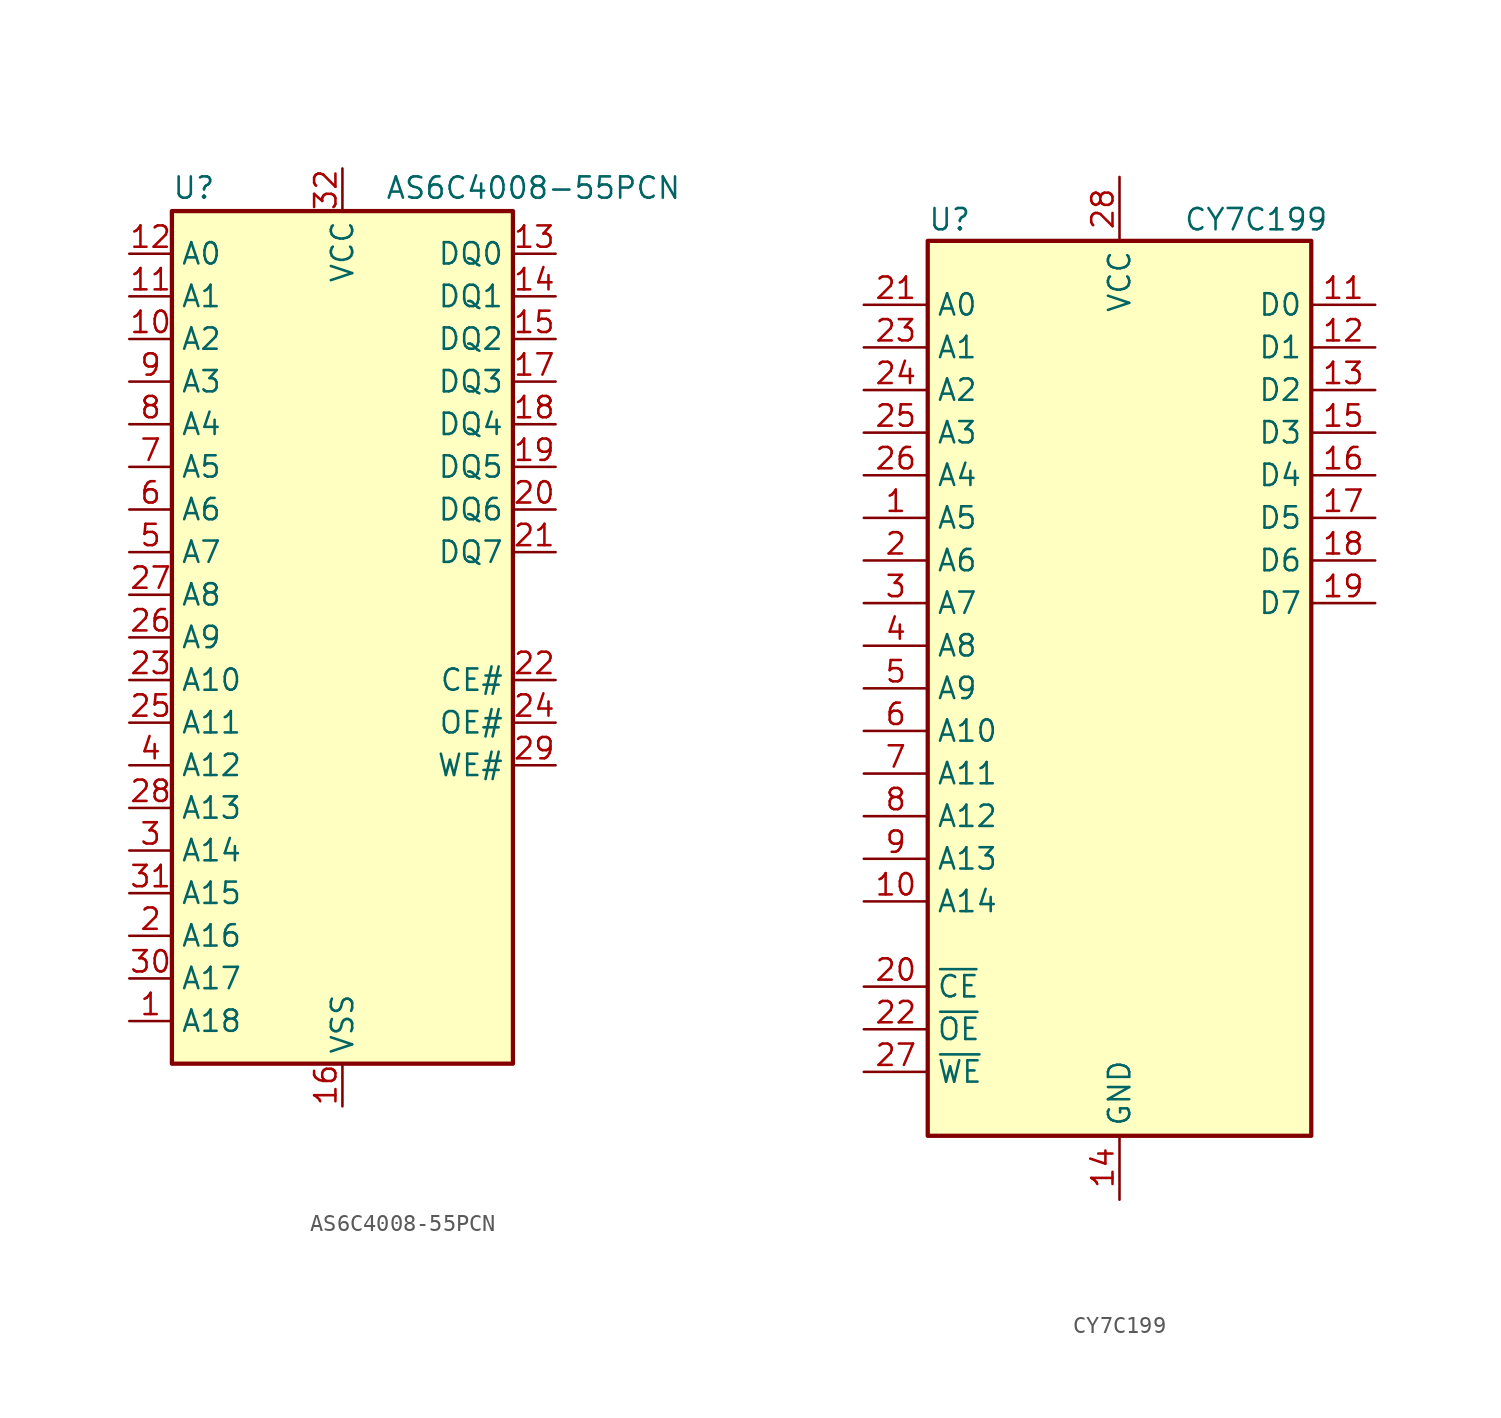
<source format=kicad_sym>
(kicad_symbol_lib
  (version 20211014)
  (generator kicad_symbol_editor)
  (symbol "AS6C4008-55PCN"
    (property "Reference" "U"
      (at -10.16 26.035 0)
      (effects (font (size 1.27 1.27)) (justify left bottom)))
    (property "Value" "AS6C4008-55PCN"
      (at 2.54 26.035 0)
      (effects (font (size 1.27 1.27)) (justify left bottom)))
    (symbol "AS6C4008-55PCN_0_0"
      (pin power_in line (at 0 -27.94 90) (length 2.54) (name "VSS" (effects (font (size 1.27 1.27)))) (number "16" (effects (font (size 1.27 1.27)))))
      (pin power_in line (at 0 27.94 270) (length 2.54) (name "VCC" (effects (font (size 1.27 1.27)))) (number "32" (effects (font (size 1.27 1.27))))))
    (symbol "AS6C4008-55PCN_0_1"
      (rectangle (start -10.16 25.4) (end 10.16 -25.4) (stroke (width 0.254) (type default) (color 0 0 0 0)) (fill (type background))))
    (symbol "AS6C4008-55PCN_1_1"
      (pin input line (at -12.7 -22.86 0) (length 2.54) (name "A18" (effects (font (size 1.27 1.27)))) (number "1" (effects (font (size 1.27 1.27)))))
      (pin input line (at -12.7 17.78 0) (length 2.54) (name "A2" (effects (font (size 1.27 1.27)))) (number "10" (effects (font (size 1.27 1.27)))))
      (pin input line (at -12.7 20.32 0) (length 2.54) (name "A1" (effects (font (size 1.27 1.27)))) (number "11" (effects (font (size 1.27 1.27)))))
      (pin input line (at -12.7 22.86 0) (length 2.54) (name "A0" (effects (font (size 1.27 1.27)))) (number "12" (effects (font (size 1.27 1.27)))))
      (pin tri_state line (at 12.7 22.86 180) (length 2.54) (name "DQ0" (effects (font (size 1.27 1.27)))) (number "13" (effects (font (size 1.27 1.27)))))
      (pin tri_state line (at 12.7 20.32 180) (length 2.54) (name "DQ1" (effects (font (size 1.27 1.27)))) (number "14" (effects (font (size 1.27 1.27)))))
      (pin tri_state line (at 12.7 17.78 180) (length 2.54) (name "DQ2" (effects (font (size 1.27 1.27)))) (number "15" (effects (font (size 1.27 1.27)))))
      (pin tri_state line (at 12.7 15.24 180) (length 2.54) (name "DQ3" (effects (font (size 1.27 1.27)))) (number "17" (effects (font (size 1.27 1.27)))))
      (pin tri_state line (at 12.7 12.7 180) (length 2.54) (name "DQ4" (effects (font (size 1.27 1.27)))) (number "18" (effects (font (size 1.27 1.27)))))
      (pin tri_state line (at 12.7 10.16 180) (length 2.54) (name "DQ5" (effects (font (size 1.27 1.27)))) (number "19" (effects (font (size 1.27 1.27)))))
      (pin input line (at -12.7 -17.78 0) (length 2.54) (name "A16" (effects (font (size 1.27 1.27)))) (number "2" (effects (font (size 1.27 1.27)))))
      (pin tri_state line (at 12.7 7.62 180) (length 2.54) (name "DQ6" (effects (font (size 1.27 1.27)))) (number "20" (effects (font (size 1.27 1.27)))))
      (pin tri_state line (at 12.7 5.08 180) (length 2.54) (name "DQ7" (effects (font (size 1.27 1.27)))) (number "21" (effects (font (size 1.27 1.27)))))
      (pin input line (at 12.7 -2.54 180) (length 2.54) (name "CE#" (effects (font (size 1.27 1.27)))) (number "22" (effects (font (size 1.27 1.27)))))
      (pin input line (at -12.7 -2.54 0) (length 2.54) (name "A10" (effects (font (size 1.27 1.27)))) (number "23" (effects (font (size 1.27 1.27)))))
      (pin input line (at 12.7 -5.08 180) (length 2.54) (name "OE#" (effects (font (size 1.27 1.27)))) (number "24" (effects (font (size 1.27 1.27)))))
      (pin input line (at -12.7 -5.08 0) (length 2.54) (name "A11" (effects (font (size 1.27 1.27)))) (number "25" (effects (font (size 1.27 1.27)))))
      (pin input line (at -12.7 0 0) (length 2.54) (name "A9" (effects (font (size 1.27 1.27)))) (number "26" (effects (font (size 1.27 1.27)))))
      (pin input line (at -12.7 2.54 0) (length 2.54) (name "A8" (effects (font (size 1.27 1.27)))) (number "27" (effects (font (size 1.27 1.27)))))
      (pin input line (at -12.7 -10.16 0) (length 2.54) (name "A13" (effects (font (size 1.27 1.27)))) (number "28" (effects (font (size 1.27 1.27)))))
      (pin input line (at 12.7 -7.62 180) (length 2.54) (name "WE#" (effects (font (size 1.27 1.27)))) (number "29" (effects (font (size 1.27 1.27)))))
      (pin input line (at -12.7 -12.7 0) (length 2.54) (name "A14" (effects (font (size 1.27 1.27)))) (number "3" (effects (font (size 1.27 1.27)))))
      (pin input line (at -12.7 -20.32 0) (length 2.54) (name "A17" (effects (font (size 1.27 1.27)))) (number "30" (effects (font (size 1.27 1.27)))))
      (pin input line (at -12.7 -15.24 0) (length 2.54) (name "A15" (effects (font (size 1.27 1.27)))) (number "31" (effects (font (size 1.27 1.27)))))
      (pin input line (at -12.7 -7.62 0) (length 2.54) (name "A12" (effects (font (size 1.27 1.27)))) (number "4" (effects (font (size 1.27 1.27)))))
      (pin input line (at -12.7 5.08 0) (length 2.54) (name "A7" (effects (font (size 1.27 1.27)))) (number "5" (effects (font (size 1.27 1.27)))))
      (pin input line (at -12.7 7.62 0) (length 2.54) (name "A6" (effects (font (size 1.27 1.27)))) (number "6" (effects (font (size 1.27 1.27)))))
      (pin input line (at -12.7 10.16 0) (length 2.54) (name "A5" (effects (font (size 1.27 1.27)))) (number "7" (effects (font (size 1.27 1.27)))))
      (pin input line (at -12.7 12.7 0) (length 2.54) (name "A4" (effects (font (size 1.27 1.27)))) (number "8" (effects (font (size 1.27 1.27)))))
      (pin input line (at -12.7 15.24 0) (length 2.54) (name "A3" (effects (font (size 1.27 1.27)))) (number "9" (effects (font (size 1.27 1.27)))))))
  (symbol "CY7C199"
    (property "Reference" "U"
      (at -11.43 27.94 0)
      (effects (font (size 1.27 1.27)) (justify left)))
    (property "Value" "CY7C199"
      (at 3.81 27.94 0)
      (effects (font (size 1.27 1.27)) (justify left)))
    (symbol "CY7C199_0_0"
      (pin power_in line (at 0 -30.48 90) (length 3.81) (name "GND" (effects (font (size 1.27 1.27)))) (number "14" (effects (font (size 1.27 1.27)))))
      (pin power_in line (at 0 30.48 270) (length 3.81) (name "VCC" (effects (font (size 1.27 1.27)))) (number "28" (effects (font (size 1.27 1.27))))))
    (symbol "CY7C199_0_1"
      (rectangle (start -11.43 26.67) (end 11.43 -26.67) (stroke (width 0.254) (type default) (color 0 0 0 0)) (fill (type background))))
    (symbol "CY7C199_1_1"
      (pin input line (at -15.24 10.16 0) (length 3.81) (name "A5" (effects (font (size 1.27 1.27)))) (number "1" (effects (font (size 1.27 1.27)))))
      (pin input line (at -15.24 -12.7 0) (length 3.81) (name "A14" (effects (font (size 1.27 1.27)))) (number "10" (effects (font (size 1.27 1.27)))))
      (pin tri_state line (at 15.24 22.86 180) (length 3.81) (name "D0" (effects (font (size 1.27 1.27)))) (number "11" (effects (font (size 1.27 1.27)))))
      (pin tri_state line (at 15.24 20.32 180) (length 3.81) (name "D1" (effects (font (size 1.27 1.27)))) (number "12" (effects (font (size 1.27 1.27)))))
      (pin tri_state line (at 15.24 17.78 180) (length 3.81) (name "D2" (effects (font (size 1.27 1.27)))) (number "13" (effects (font (size 1.27 1.27)))))
      (pin tri_state line (at 15.24 15.24 180) (length 3.81) (name "D3" (effects (font (size 1.27 1.27)))) (number "15" (effects (font (size 1.27 1.27)))))
      (pin tri_state line (at 15.24 12.7 180) (length 3.81) (name "D4" (effects (font (size 1.27 1.27)))) (number "16" (effects (font (size 1.27 1.27)))))
      (pin tri_state line (at 15.24 10.16 180) (length 3.81) (name "D5" (effects (font (size 1.27 1.27)))) (number "17" (effects (font (size 1.27 1.27)))))
      (pin tri_state line (at 15.24 7.62 180) (length 3.81) (name "D6" (effects (font (size 1.27 1.27)))) (number "18" (effects (font (size 1.27 1.27)))))
      (pin tri_state line (at 15.24 5.08 180) (length 3.81) (name "D7" (effects (font (size 1.27 1.27)))) (number "19" (effects (font (size 1.27 1.27)))))
      (pin input line (at -15.24 7.62 0) (length 3.81) (name "A6" (effects (font (size 1.27 1.27)))) (number "2" (effects (font (size 1.27 1.27)))))
      (pin input line (at -15.24 -17.78 0) (length 3.81) (name "~{CE}" (effects (font (size 1.27 1.27)))) (number "20" (effects (font (size 1.27 1.27)))))
      (pin input line (at -15.24 22.86 0) (length 3.81) (name "A0" (effects (font (size 1.27 1.27)))) (number "21" (effects (font (size 1.27 1.27)))))
      (pin input line (at -15.24 -20.32 0) (length 3.81) (name "~{OE}" (effects (font (size 1.27 1.27)))) (number "22" (effects (font (size 1.27 1.27)))))
      (pin input line (at -15.24 20.32 0) (length 3.81) (name "A1" (effects (font (size 1.27 1.27)))) (number "23" (effects (font (size 1.27 1.27)))))
      (pin input line (at -15.24 17.78 0) (length 3.81) (name "A2" (effects (font (size 1.27 1.27)))) (number "24" (effects (font (size 1.27 1.27)))))
      (pin input line (at -15.24 15.24 0) (length 3.81) (name "A3" (effects (font (size 1.27 1.27)))) (number "25" (effects (font (size 1.27 1.27)))))
      (pin input line (at -15.24 12.7 0) (length 3.81) (name "A4" (effects (font (size 1.27 1.27)))) (number "26" (effects (font (size 1.27 1.27)))))
      (pin input line (at -15.24 -22.86 0) (length 3.81) (name "~{WE}" (effects (font (size 1.27 1.27)))) (number "27" (effects (font (size 1.27 1.27)))))
      (pin input line (at -15.24 5.08 0) (length 3.81) (name "A7" (effects (font (size 1.27 1.27)))) (number "3" (effects (font (size 1.27 1.27)))))
      (pin input line (at -15.24 2.54 0) (length 3.81) (name "A8" (effects (font (size 1.27 1.27)))) (number "4" (effects (font (size 1.27 1.27)))))
      (pin input line (at -15.24 0 0) (length 3.81) (name "A9" (effects (font (size 1.27 1.27)))) (number "5" (effects (font (size 1.27 1.27)))))
      (pin input line (at -15.24 -2.54 0) (length 3.81) (name "A10" (effects (font (size 1.27 1.27)))) (number "6" (effects (font (size 1.27 1.27)))))
      (pin input line (at -15.24 -5.08 0) (length 3.81) (name "A11" (effects (font (size 1.27 1.27)))) (number "7" (effects (font (size 1.27 1.27)))))
      (pin input line (at -15.24 -7.62 0) (length 3.81) (name "A12" (effects (font (size 1.27 1.27)))) (number "8" (effects (font (size 1.27 1.27)))))
      (pin input line (at -15.24 -10.16 0) (length 3.81) (name "A13" (effects (font (size 1.27 1.27)))) (number "9" (effects (font (size 1.27 1.27))))))))
</source>
